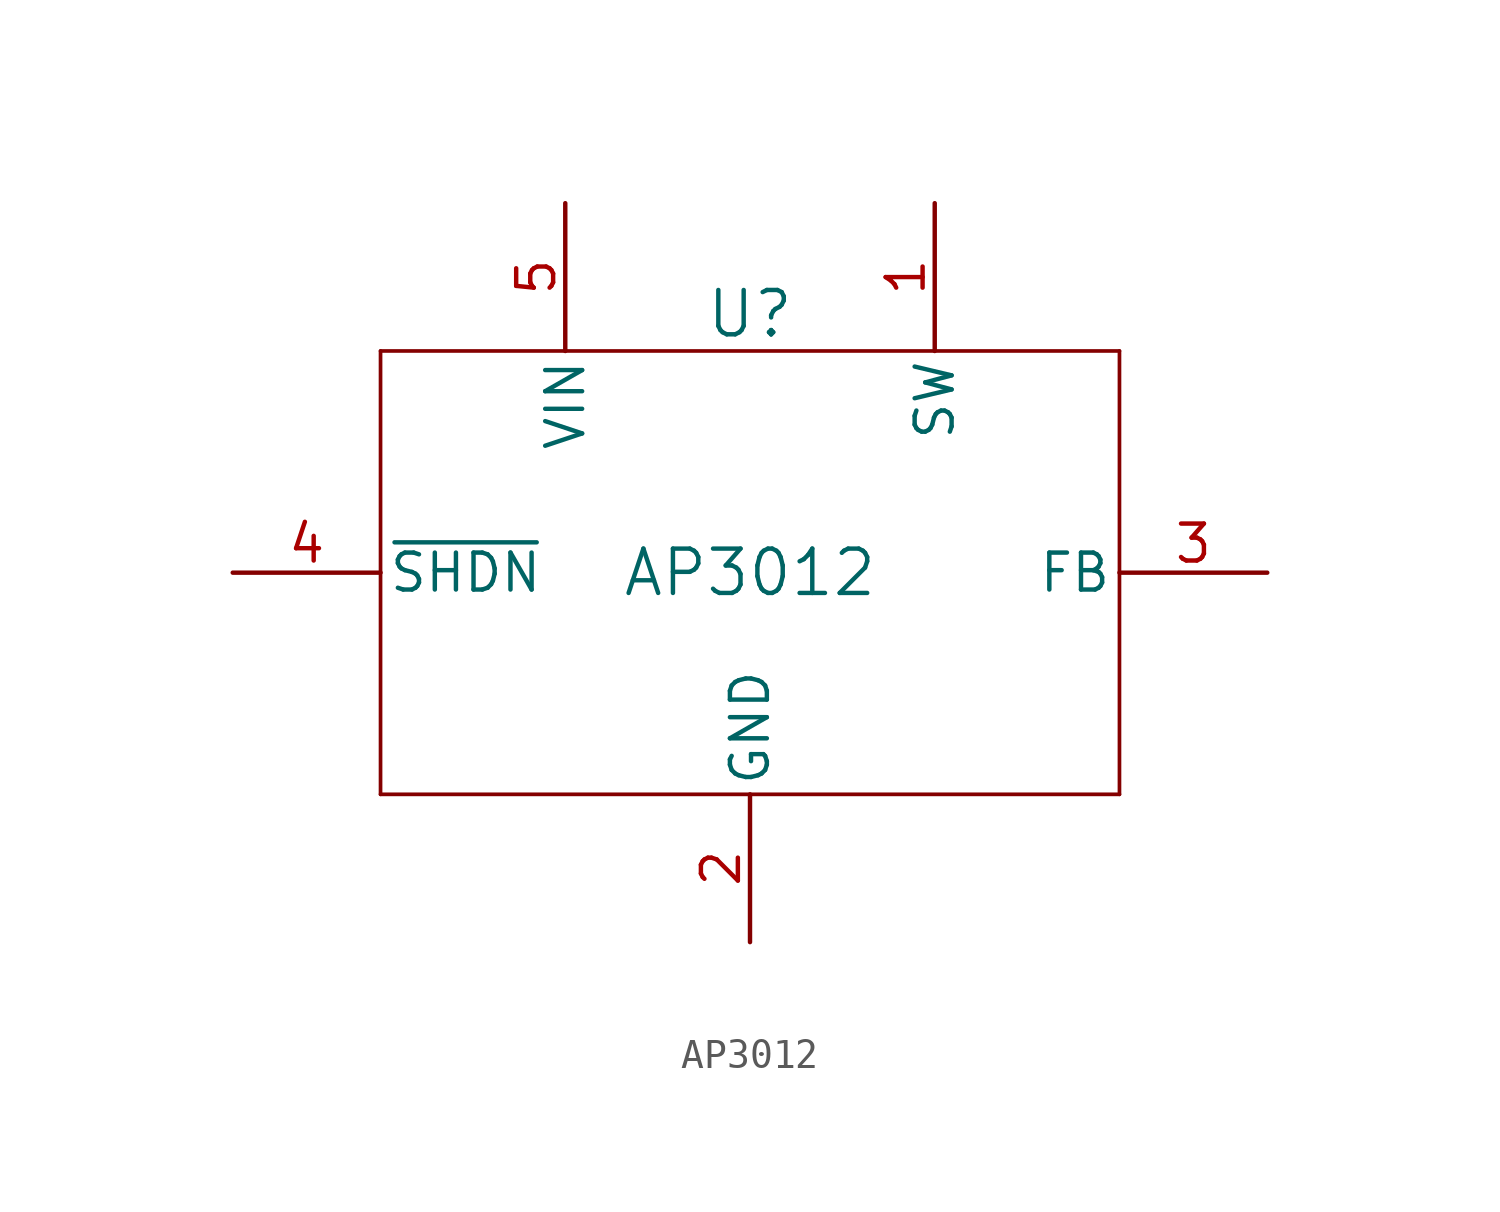
<source format=kicad_sym>
(kicad_symbol_lib
  (version 20211014)
  (generator kicad_symbol_editor)
  (symbol "AP3012"
    (pin_names
      (offset 0.254))
    (property "Reference" "U"
      (at 0 8.89 0)
      (effects (font (size 1.524 1.524))))
    (property "Value" "AP3012"
      (at 0 0 0)
      (effects (font (size 1.524 1.524))))
    (property "ki_locked" ""
      (at 0 0 0)
      (effects (font (size 1.27 1.27))))
    (symbol "AP3012_0_1"
      (polyline (pts (xy -12.7 -7.62) (xy 12.7 -7.62)) (stroke (width 0.127) (type default) (color 0 0 0 0)) (fill (type none)))
      (polyline (pts (xy -12.7 7.62) (xy -12.7 -7.62)) (stroke (width 0.127) (type default) (color 0 0 0 0)) (fill (type none)))
      (polyline (pts (xy 12.7 -7.62) (xy 12.7 7.62)) (stroke (width 0.127) (type default) (color 0 0 0 0)) (fill (type none)))
      (polyline (pts (xy 12.7 7.62) (xy -12.7 7.62)) (stroke (width 0.127) (type default) (color 0 0 0 0)) (fill (type none)))
      (pin unspecified line (at 6.35 12.7 270) (length 5.08) (name "SW" (effects (font (size 1.27 1.27)))) (number "1" (effects (font (size 1.27 1.27)))))
      (pin power_out line (at 0 -12.7 90) (length 5.08) (name "GND" (effects (font (size 1.27 1.27)))) (number "2" (effects (font (size 1.27 1.27)))))
      (pin unspecified line (at 17.78 0 180) (length 5.08) (name "FB" (effects (font (size 1.27 1.27)))) (number "3" (effects (font (size 1.27 1.27)))))
      (pin input line (at -17.78 0 0) (length 5.08) (name "~{SHDN}" (effects (font (size 1.27 1.27)))) (number "4" (effects (font (size 1.27 1.27)))))
      (pin power_in line (at -6.35 12.7 270) (length 5.08) (name "VIN" (effects (font (size 1.27 1.27)))) (number "5" (effects (font (size 1.27 1.27))))))))
</source>
